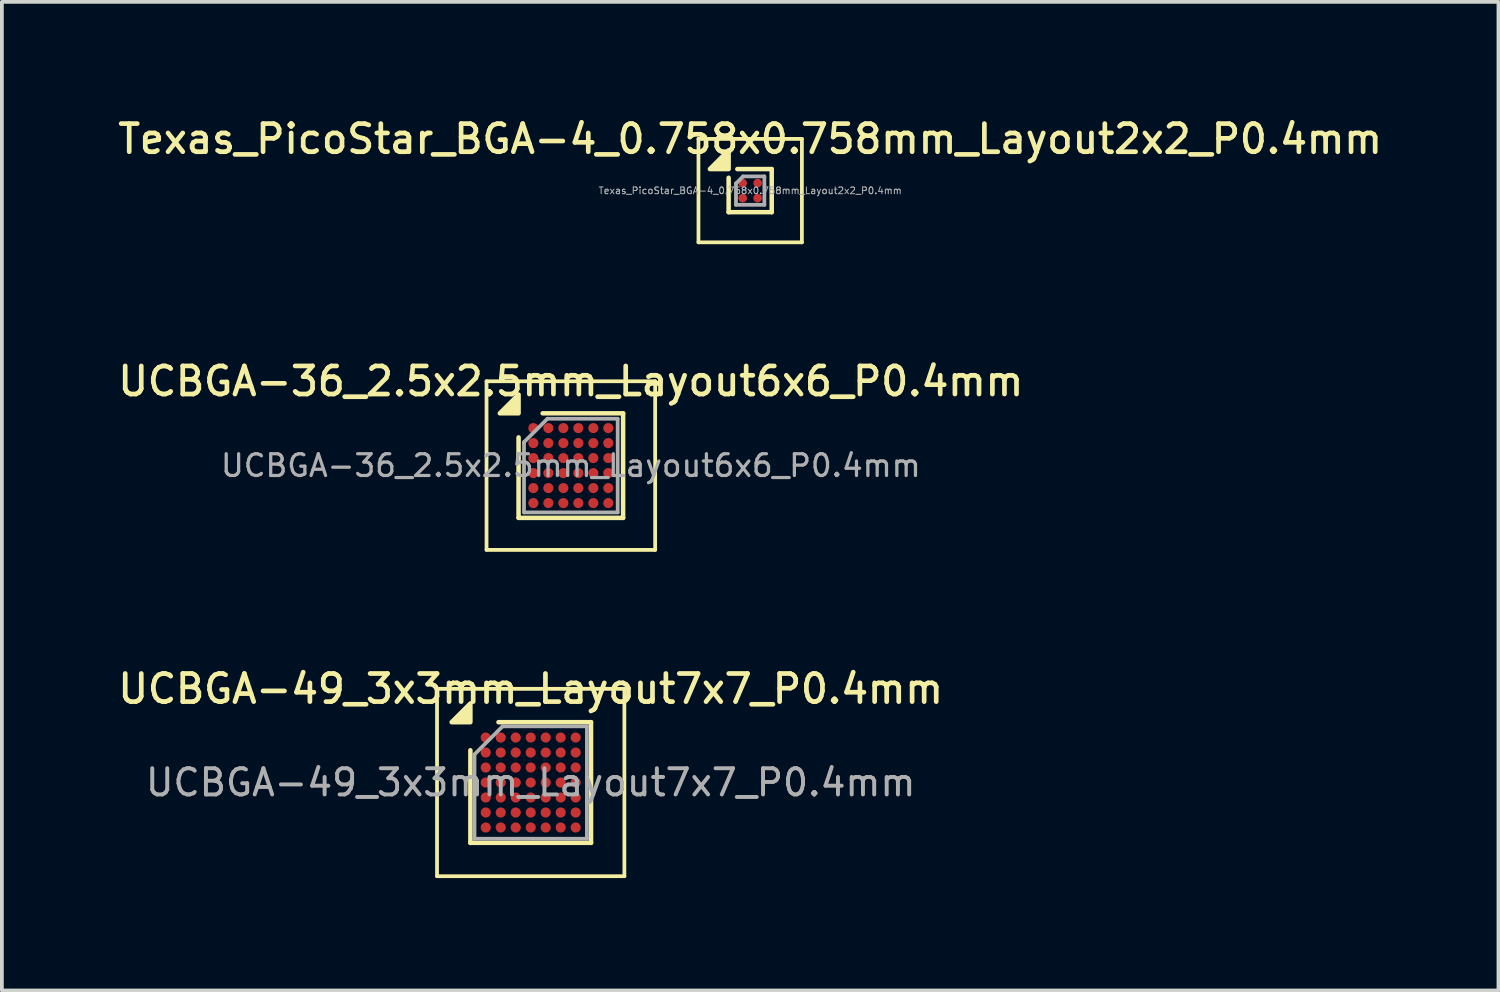
<source format=kicad_pcb>
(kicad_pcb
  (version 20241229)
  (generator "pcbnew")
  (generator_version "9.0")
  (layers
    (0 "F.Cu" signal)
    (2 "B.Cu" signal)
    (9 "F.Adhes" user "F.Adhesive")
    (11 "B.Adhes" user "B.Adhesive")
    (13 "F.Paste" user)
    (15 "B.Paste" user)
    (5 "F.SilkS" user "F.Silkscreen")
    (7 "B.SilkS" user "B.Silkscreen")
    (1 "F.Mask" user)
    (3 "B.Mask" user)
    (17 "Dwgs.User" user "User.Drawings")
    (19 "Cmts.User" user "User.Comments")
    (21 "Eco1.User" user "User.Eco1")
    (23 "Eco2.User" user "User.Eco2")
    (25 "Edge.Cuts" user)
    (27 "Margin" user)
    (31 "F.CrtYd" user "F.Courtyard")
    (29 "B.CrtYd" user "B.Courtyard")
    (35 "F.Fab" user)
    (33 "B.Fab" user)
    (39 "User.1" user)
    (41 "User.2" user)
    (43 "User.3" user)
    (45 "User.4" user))
  (footprint "Texas_PicoStar_BGA-4_0.758x0.758mm_Layout2x2_P0.4mm"
    (layer "F.Cu")
    (at 16.97 2.037)
    (property "Reference" "Texas_PicoStar_BGA-4_0.758x0.758mm_Layout2x2_P0.4mm" (at 0 -1.379 0) (layer "F.SilkS") (effects (font (size 0.75 0.75) (thickness 0.125))))
    (attr smd)
    (fp_line (start -1.38 -1.38) (end -1.38 1.38) (stroke (width 0.1) (type solid)) (layer "F.SilkS"))
    (fp_line (start -1.38 1.38) (end 1.38 1.38) (stroke (width 0.1) (type solid)) (layer "F.SilkS"))
    (fp_line (start -0.575 0.575) (end -0.575 -0.343) (stroke (width 0.12) (type solid)) (layer "F.SilkS"))
    (fp_line (start -0.343 -0.575) (end 0.575 -0.575) (stroke (width 0.12) (type solid)) (layer "F.SilkS"))
    (fp_line (start 0.575 -0.575) (end 0.575 0.575) (stroke (width 0.12) (type solid)) (layer "F.SilkS"))
    (fp_line (start 0.575 0.575) (end -0.575 0.575) (stroke (width 0.12) (type solid)) (layer "F.SilkS"))
    (fp_line (start 1.38 -1.38) (end -1.38 -1.38) (stroke (width 0.1) (type solid)) (layer "F.SilkS"))
    (fp_line (start 1.38 1.38) (end 1.38 -1.38) (stroke (width 0.1) (type solid)) (layer "F.SilkS"))
    (fp_poly (pts (xy -0.575 -0.575) (xy -1.075 -0.575) (xy -0.575 -1.075) (xy -0.575 -0.575)) (stroke (width 0.12) (type solid)) (fill yes) (layer "F.SilkS"))
    (fp_line (start -0.379 -0.19) (end -0.19 -0.379) (stroke (width 0.1) (type solid)) (layer "F.Fab"))
    (fp_line (start -0.379 0.379) (end -0.379 -0.19) (stroke (width 0.1) (type solid)) (layer "F.Fab"))
    (fp_line (start -0.19 -0.379) (end 0.379 -0.379) (stroke (width 0.1) (type solid)) (layer "F.Fab"))
    (fp_line (start 0.379 -0.379) (end 0.379 0.379) (stroke (width 0.1) (type solid)) (layer "F.Fab"))
    (fp_line (start 0.379 0.379) (end -0.379 0.379) (stroke (width 0.1) (type solid)) (layer "F.Fab"))
    (fp_text user "${REFERENCE}" (at 0 0 0) (layer "F.Fab") (effects (font (size 0.18 0.18) (thickness 0.027))))
    (pad "A1" smd circle (at -0.2 -0.2) (size 0.23 0.23) (property pad_prop_bga) (layers "F.Cu" "F.Mask" "F.Paste"))
    (pad "A2" smd circle (at 0.2 -0.2) (size 0.23 0.23) (property pad_prop_bga) (layers "F.Cu" "F.Mask" "F.Paste"))
    (pad "B1" smd circle (at -0.2 0.2) (size 0.23 0.23) (property pad_prop_bga) (layers "F.Cu" "F.Mask" "F.Paste"))
    (pad "B2" smd circle (at 0.2 0.2) (size 0.23 0.23) (property pad_prop_bga) (layers "F.Cu" "F.Mask" "F.Paste")))
  (footprint "UCBGA-36_2.5x2.5mm_Layout6x6_P0.4mm"
    (layer "F.Cu")
    (at 12.184 9.375)
    (property "Reference" "UCBGA-36_2.5x2.5mm_Layout6x6_P0.4mm" (at 0 -2.25 0) (layer "F.SilkS") (effects (font (size 0.75 0.75) (thickness 0.125))))
    (attr smd)
    (fp_line (start -2.25 -2.25) (end -2.25 2.25) (stroke (width 0.1) (type solid)) (layer "F.SilkS"))
    (fp_line (start -2.25 2.25) (end 2.25 2.25) (stroke (width 0.1) (type solid)) (layer "F.SilkS"))
    (fp_line (start -1.395 1.395) (end -1.395 -0.752) (stroke (width 0.12) (type solid)) (layer "F.SilkS"))
    (fp_line (start -0.752 -1.395) (end 1.395 -1.395) (stroke (width 0.12) (type solid)) (layer "F.SilkS"))
    (fp_line (start 1.395 -1.395) (end 1.395 1.395) (stroke (width 0.12) (type solid)) (layer "F.SilkS"))
    (fp_line (start 1.395 1.395) (end -1.395 1.395) (stroke (width 0.12) (type solid)) (layer "F.SilkS"))
    (fp_line (start 2.25 -2.25) (end -2.25 -2.25) (stroke (width 0.1) (type solid)) (layer "F.SilkS"))
    (fp_line (start 2.25 2.25) (end 2.25 -2.25) (stroke (width 0.1) (type solid)) (layer "F.SilkS"))
    (fp_poly (pts (xy -1.395 -1.395) (xy -1.895 -1.395) (xy -1.395 -1.895) (xy -1.395 -1.395)) (stroke (width 0.12) (type solid)) (fill yes) (layer "F.SilkS"))
    (fp_line (start -1.25 -0.625) (end -0.625 -1.25) (stroke (width 0.1) (type solid)) (layer "F.Fab"))
    (fp_line (start -1.25 1.25) (end -1.25 -0.625) (stroke (width 0.1) (type solid)) (layer "F.Fab"))
    (fp_line (start -0.625 -1.25) (end 1.25 -1.25) (stroke (width 0.1) (type solid)) (layer "F.Fab"))
    (fp_line (start 1.25 -1.25) (end 1.25 1.25) (stroke (width 0.1) (type solid)) (layer "F.Fab"))
    (fp_line (start 1.25 1.25) (end -1.25 1.25) (stroke (width 0.1) (type solid)) (layer "F.Fab"))
    (fp_text user "${REFERENCE}" (at 0 0 0) (layer "F.Fab") (effects (font (size 0.58 0.58) (thickness 0.087))))
    (pad "A1" smd circle (at -1 -1) (size 0.27 0.27) (property pad_prop_bga) (layers "F.Cu" "F.Mask" "F.Paste"))
    (pad "A2" smd circle (at -0.6 -1) (size 0.27 0.27) (property pad_prop_bga) (layers "F.Cu" "F.Mask" "F.Paste"))
    (pad "A3" smd circle (at -0.2 -1) (size 0.27 0.27) (property pad_prop_bga) (layers "F.Cu" "F.Mask" "F.Paste"))
    (pad "A4" smd circle (at 0.2 -1) (size 0.27 0.27) (property pad_prop_bga) (layers "F.Cu" "F.Mask" "F.Paste"))
    (pad "A5" smd circle (at 0.6 -1) (size 0.27 0.27) (property pad_prop_bga) (layers "F.Cu" "F.Mask" "F.Paste"))
    (pad "A6" smd circle (at 1 -1) (size 0.27 0.27) (property pad_prop_bga) (layers "F.Cu" "F.Mask" "F.Paste"))
    (pad "B1" smd circle (at -1 -0.6) (size 0.27 0.27) (property pad_prop_bga) (layers "F.Cu" "F.Mask" "F.Paste"))
    (pad "B2" smd circle (at -0.6 -0.6) (size 0.27 0.27) (property pad_prop_bga) (layers "F.Cu" "F.Mask" "F.Paste"))
    (pad "B3" smd circle (at -0.2 -0.6) (size 0.27 0.27) (property pad_prop_bga) (layers "F.Cu" "F.Mask" "F.Paste"))
    (pad "B4" smd circle (at 0.2 -0.6) (size 0.27 0.27) (property pad_prop_bga) (layers "F.Cu" "F.Mask" "F.Paste"))
    (pad "B5" smd circle (at 0.6 -0.6) (size 0.27 0.27) (property pad_prop_bga) (layers "F.Cu" "F.Mask" "F.Paste"))
    (pad "B6" smd circle (at 1 -0.6) (size 0.27 0.27) (property pad_prop_bga) (layers "F.Cu" "F.Mask" "F.Paste"))
    (pad "C1" smd circle (at -1 -0.2) (size 0.27 0.27) (property pad_prop_bga) (layers "F.Cu" "F.Mask" "F.Paste"))
    (pad "C2" smd circle (at -0.6 -0.2) (size 0.27 0.27) (property pad_prop_bga) (layers "F.Cu" "F.Mask" "F.Paste"))
    (pad "C3" smd circle (at -0.2 -0.2) (size 0.27 0.27) (property pad_prop_bga) (layers "F.Cu" "F.Mask" "F.Paste"))
    (pad "C4" smd circle (at 0.2 -0.2) (size 0.27 0.27) (property pad_prop_bga) (layers "F.Cu" "F.Mask" "F.Paste"))
    (pad "C5" smd circle (at 0.6 -0.2) (size 0.27 0.27) (property pad_prop_bga) (layers "F.Cu" "F.Mask" "F.Paste"))
    (pad "C6" smd circle (at 1 -0.2) (size 0.27 0.27) (property pad_prop_bga) (layers "F.Cu" "F.Mask" "F.Paste"))
    (pad "D1" smd circle (at -1 0.2) (size 0.27 0.27) (property pad_prop_bga) (layers "F.Cu" "F.Mask" "F.Paste"))
    (pad "D2" smd circle (at -0.6 0.2) (size 0.27 0.27) (property pad_prop_bga) (layers "F.Cu" "F.Mask" "F.Paste"))
    (pad "D3" smd circle (at -0.2 0.2) (size 0.27 0.27) (property pad_prop_bga) (layers "F.Cu" "F.Mask" "F.Paste"))
    (pad "D4" smd circle (at 0.2 0.2) (size 0.27 0.27) (property pad_prop_bga) (layers "F.Cu" "F.Mask" "F.Paste"))
    (pad "D5" smd circle (at 0.6 0.2) (size 0.27 0.27) (property pad_prop_bga) (layers "F.Cu" "F.Mask" "F.Paste"))
    (pad "D6" smd circle (at 1 0.2) (size 0.27 0.27) (property pad_prop_bga) (layers "F.Cu" "F.Mask" "F.Paste"))
    (pad "E1" smd circle (at -1 0.6) (size 0.27 0.27) (property pad_prop_bga) (layers "F.Cu" "F.Mask" "F.Paste"))
    (pad "E2" smd circle (at -0.6 0.6) (size 0.27 0.27) (property pad_prop_bga) (layers "F.Cu" "F.Mask" "F.Paste"))
    (pad "E3" smd circle (at -0.2 0.6) (size 0.27 0.27) (property pad_prop_bga) (layers "F.Cu" "F.Mask" "F.Paste"))
    (pad "E4" smd circle (at 0.2 0.6) (size 0.27 0.27) (property pad_prop_bga) (layers "F.Cu" "F.Mask" "F.Paste"))
    (pad "E5" smd circle (at 0.6 0.6) (size 0.27 0.27) (property pad_prop_bga) (layers "F.Cu" "F.Mask" "F.Paste"))
    (pad "E6" smd circle (at 1 0.6) (size 0.27 0.27) (property pad_prop_bga) (layers "F.Cu" "F.Mask" "F.Paste"))
    (pad "F1" smd circle (at -1 1) (size 0.27 0.27) (property pad_prop_bga) (layers "F.Cu" "F.Mask" "F.Paste"))
    (pad "F2" smd circle (at -0.6 1) (size 0.27 0.27) (property pad_prop_bga) (layers "F.Cu" "F.Mask" "F.Paste"))
    (pad "F3" smd circle (at -0.2 1) (size 0.27 0.27) (property pad_prop_bga) (layers "F.Cu" "F.Mask" "F.Paste"))
    (pad "F4" smd circle (at 0.2 1) (size 0.27 0.27) (property pad_prop_bga) (layers "F.Cu" "F.Mask" "F.Paste"))
    (pad "F5" smd circle (at 0.6 1) (size 0.27 0.27) (property pad_prop_bga) (layers "F.Cu" "F.Mask" "F.Paste"))
    (pad "F6" smd circle (at 1 1) (size 0.27 0.27) (property pad_prop_bga) (layers "F.Cu" "F.Mask" "F.Paste")))
  (footprint "UCBGA-49_3x3mm_Layout7x7_P0.4mm"
    (layer "F.Cu")
    (at 11.113 17.833)
    (property "Reference" "UCBGA-49_3x3mm_Layout7x7_P0.4mm" (at 0 -2.5 0) (layer "F.SilkS") (effects (font (size 0.75 0.75) (thickness 0.125))))
    (attr smd)
    (fp_line (start -2.5 -2.5) (end -2.5 2.5) (stroke (width 0.1) (type solid)) (layer "F.SilkS"))
    (fp_line (start -2.5 2.5) (end 2.5 2.5) (stroke (width 0.1) (type solid)) (layer "F.SilkS"))
    (fp_line (start -1.61 1.61) (end -1.61 -0.86) (stroke (width 0.12) (type solid)) (layer "F.SilkS"))
    (fp_line (start -0.86 -1.61) (end 1.61 -1.61) (stroke (width 0.12) (type solid)) (layer "F.SilkS"))
    (fp_line (start 1.61 -1.61) (end 1.61 1.61) (stroke (width 0.12) (type solid)) (layer "F.SilkS"))
    (fp_line (start 1.61 1.61) (end -1.61 1.61) (stroke (width 0.12) (type solid)) (layer "F.SilkS"))
    (fp_line (start 2.5 -2.5) (end -2.5 -2.5) (stroke (width 0.1) (type solid)) (layer "F.SilkS"))
    (fp_line (start 2.5 2.5) (end 2.5 -2.5) (stroke (width 0.1) (type solid)) (layer "F.SilkS"))
    (fp_poly (pts (xy -1.61 -1.61) (xy -2.11 -1.61) (xy -1.61 -2.11) (xy -1.61 -1.61)) (stroke (width 0.12) (type solid)) (fill yes) (layer "F.SilkS"))
    (fp_line (start -1.5 -0.75) (end -0.75 -1.5) (stroke (width 0.1) (type solid)) (layer "F.Fab"))
    (fp_line (start -1.5 1.5) (end -1.5 -0.75) (stroke (width 0.1) (type solid)) (layer "F.Fab"))
    (fp_line (start -0.75 -1.5) (end 1.5 -1.5) (stroke (width 0.1) (type solid)) (layer "F.Fab"))
    (fp_line (start 1.5 -1.5) (end 1.5 1.5) (stroke (width 0.1) (type solid)) (layer "F.Fab"))
    (fp_line (start 1.5 1.5) (end -1.5 1.5) (stroke (width 0.1) (type solid)) (layer "F.Fab"))
    (fp_text user "${REFERENCE}" (at 0 0 0) (layer "F.Fab") (effects (font (size 0.7 0.7) (thickness 0.105))))
    (pad "A1" smd circle (at -1.2 -1.2) (size 0.27 0.27) (property pad_prop_bga) (layers "F.Cu" "F.Mask" "F.Paste"))
    (pad "A2" smd circle (at -0.8 -1.2) (size 0.27 0.27) (property pad_prop_bga) (layers "F.Cu" "F.Mask" "F.Paste"))
    (pad "A3" smd circle (at -0.4 -1.2) (size 0.27 0.27) (property pad_prop_bga) (layers "F.Cu" "F.Mask" "F.Paste"))
    (pad "A4" smd circle (at 0 -1.2) (size 0.27 0.27) (property pad_prop_bga) (layers "F.Cu" "F.Mask" "F.Paste"))
    (pad "A5" smd circle (at 0.4 -1.2) (size 0.27 0.27) (property pad_prop_bga) (layers "F.Cu" "F.Mask" "F.Paste"))
    (pad "A6" smd circle (at 0.8 -1.2) (size 0.27 0.27) (property pad_prop_bga) (layers "F.Cu" "F.Mask" "F.Paste"))
    (pad "A7" smd circle (at 1.2 -1.2) (size 0.27 0.27) (property pad_prop_bga) (layers "F.Cu" "F.Mask" "F.Paste"))
    (pad "B1" smd circle (at -1.2 -0.8) (size 0.27 0.27) (property pad_prop_bga) (layers "F.Cu" "F.Mask" "F.Paste"))
    (pad "B2" smd circle (at -0.8 -0.8) (size 0.27 0.27) (property pad_prop_bga) (layers "F.Cu" "F.Mask" "F.Paste"))
    (pad "B3" smd circle (at -0.4 -0.8) (size 0.27 0.27) (property pad_prop_bga) (layers "F.Cu" "F.Mask" "F.Paste"))
    (pad "B4" smd circle (at 0 -0.8) (size 0.27 0.27) (property pad_prop_bga) (layers "F.Cu" "F.Mask" "F.Paste"))
    (pad "B5" smd circle (at 0.4 -0.8) (size 0.27 0.27) (property pad_prop_bga) (layers "F.Cu" "F.Mask" "F.Paste"))
    (pad "B6" smd circle (at 0.8 -0.8) (size 0.27 0.27) (property pad_prop_bga) (layers "F.Cu" "F.Mask" "F.Paste"))
    (pad "B7" smd circle (at 1.2 -0.8) (size 0.27 0.27) (property pad_prop_bga) (layers "F.Cu" "F.Mask" "F.Paste"))
    (pad "C1" smd circle (at -1.2 -0.4) (size 0.27 0.27) (property pad_prop_bga) (layers "F.Cu" "F.Mask" "F.Paste"))
    (pad "C2" smd circle (at -0.8 -0.4) (size 0.27 0.27) (property pad_prop_bga) (layers "F.Cu" "F.Mask" "F.Paste"))
    (pad "C3" smd circle (at -0.4 -0.4) (size 0.27 0.27) (property pad_prop_bga) (layers "F.Cu" "F.Mask" "F.Paste"))
    (pad "C4" smd circle (at 0 -0.4) (size 0.27 0.27) (property pad_prop_bga) (layers "F.Cu" "F.Mask" "F.Paste"))
    (pad "C5" smd circle (at 0.4 -0.4) (size 0.27 0.27) (property pad_prop_bga) (layers "F.Cu" "F.Mask" "F.Paste"))
    (pad "C6" smd circle (at 0.8 -0.4) (size 0.27 0.27) (property pad_prop_bga) (layers "F.Cu" "F.Mask" "F.Paste"))
    (pad "C7" smd circle (at 1.2 -0.4) (size 0.27 0.27) (property pad_prop_bga) (layers "F.Cu" "F.Mask" "F.Paste"))
    (pad "D1" smd circle (at -1.2 0) (size 0.27 0.27) (property pad_prop_bga) (layers "F.Cu" "F.Mask" "F.Paste"))
    (pad "D2" smd circle (at -0.8 0) (size 0.27 0.27) (property pad_prop_bga) (layers "F.Cu" "F.Mask" "F.Paste"))
    (pad "D3" smd circle (at -0.4 0) (size 0.27 0.27) (property pad_prop_bga) (layers "F.Cu" "F.Mask" "F.Paste"))
    (pad "D4" smd circle (at 0 0) (size 0.27 0.27) (property pad_prop_bga) (layers "F.Cu" "F.Mask" "F.Paste"))
    (pad "D5" smd circle (at 0.4 0) (size 0.27 0.27) (property pad_prop_bga) (layers "F.Cu" "F.Mask" "F.Paste"))
    (pad "D6" smd circle (at 0.8 0) (size 0.27 0.27) (property pad_prop_bga) (layers "F.Cu" "F.Mask" "F.Paste"))
    (pad "D7" smd circle (at 1.2 0) (size 0.27 0.27) (property pad_prop_bga) (layers "F.Cu" "F.Mask" "F.Paste"))
    (pad "E1" smd circle (at -1.2 0.4) (size 0.27 0.27) (property pad_prop_bga) (layers "F.Cu" "F.Mask" "F.Paste"))
    (pad "E2" smd circle (at -0.8 0.4) (size 0.27 0.27) (property pad_prop_bga) (layers "F.Cu" "F.Mask" "F.Paste"))
    (pad "E3" smd circle (at -0.4 0.4) (size 0.27 0.27) (property pad_prop_bga) (layers "F.Cu" "F.Mask" "F.Paste"))
    (pad "E4" smd circle (at 0 0.4) (size 0.27 0.27) (property pad_prop_bga) (layers "F.Cu" "F.Mask" "F.Paste"))
    (pad "E5" smd circle (at 0.4 0.4) (size 0.27 0.27) (property pad_prop_bga) (layers "F.Cu" "F.Mask" "F.Paste"))
    (pad "E6" smd circle (at 0.8 0.4) (size 0.27 0.27) (property pad_prop_bga) (layers "F.Cu" "F.Mask" "F.Paste"))
    (pad "E7" smd circle (at 1.2 0.4) (size 0.27 0.27) (property pad_prop_bga) (layers "F.Cu" "F.Mask" "F.Paste"))
    (pad "F1" smd circle (at -1.2 0.8) (size 0.27 0.27) (property pad_prop_bga) (layers "F.Cu" "F.Mask" "F.Paste"))
    (pad "F2" smd circle (at -0.8 0.8) (size 0.27 0.27) (property pad_prop_bga) (layers "F.Cu" "F.Mask" "F.Paste"))
    (pad "F3" smd circle (at -0.4 0.8) (size 0.27 0.27) (property pad_prop_bga) (layers "F.Cu" "F.Mask" "F.Paste"))
    (pad "F4" smd circle (at 0 0.8) (size 0.27 0.27) (property pad_prop_bga) (layers "F.Cu" "F.Mask" "F.Paste"))
    (pad "F5" smd circle (at 0.4 0.8) (size 0.27 0.27) (property pad_prop_bga) (layers "F.Cu" "F.Mask" "F.Paste"))
    (pad "F6" smd circle (at 0.8 0.8) (size 0.27 0.27) (property pad_prop_bga) (layers "F.Cu" "F.Mask" "F.Paste"))
    (pad "F7" smd circle (at 1.2 0.8) (size 0.27 0.27) (property pad_prop_bga) (layers "F.Cu" "F.Mask" "F.Paste"))
    (pad "G1" smd circle (at -1.2 1.2) (size 0.27 0.27) (property pad_prop_bga) (layers "F.Cu" "F.Mask" "F.Paste"))
    (pad "G2" smd circle (at -0.8 1.2) (size 0.27 0.27) (property pad_prop_bga) (layers "F.Cu" "F.Mask" "F.Paste"))
    (pad "G3" smd circle (at -0.4 1.2) (size 0.27 0.27) (property pad_prop_bga) (layers "F.Cu" "F.Mask" "F.Paste"))
    (pad "G4" smd circle (at 0 1.2) (size 0.27 0.27) (property pad_prop_bga) (layers "F.Cu" "F.Mask" "F.Paste"))
    (pad "G5" smd circle (at 0.4 1.2) (size 0.27 0.27) (property pad_prop_bga) (layers "F.Cu" "F.Mask" "F.Paste"))
    (pad "G6" smd circle (at 0.8 1.2) (size 0.27 0.27) (property pad_prop_bga) (layers "F.Cu" "F.Mask" "F.Paste"))
    (pad "G7" smd circle (at 1.2 1.2) (size 0.27 0.27) (property pad_prop_bga) (layers "F.Cu" "F.Mask" "F.Paste")))
  (gr_rect
    (start -3 -3)
    (end 36.939 23.383)
    (stroke (width 0.1) (type default))
    (fill no)
    (layer "Edge.Cuts")))
</source>
